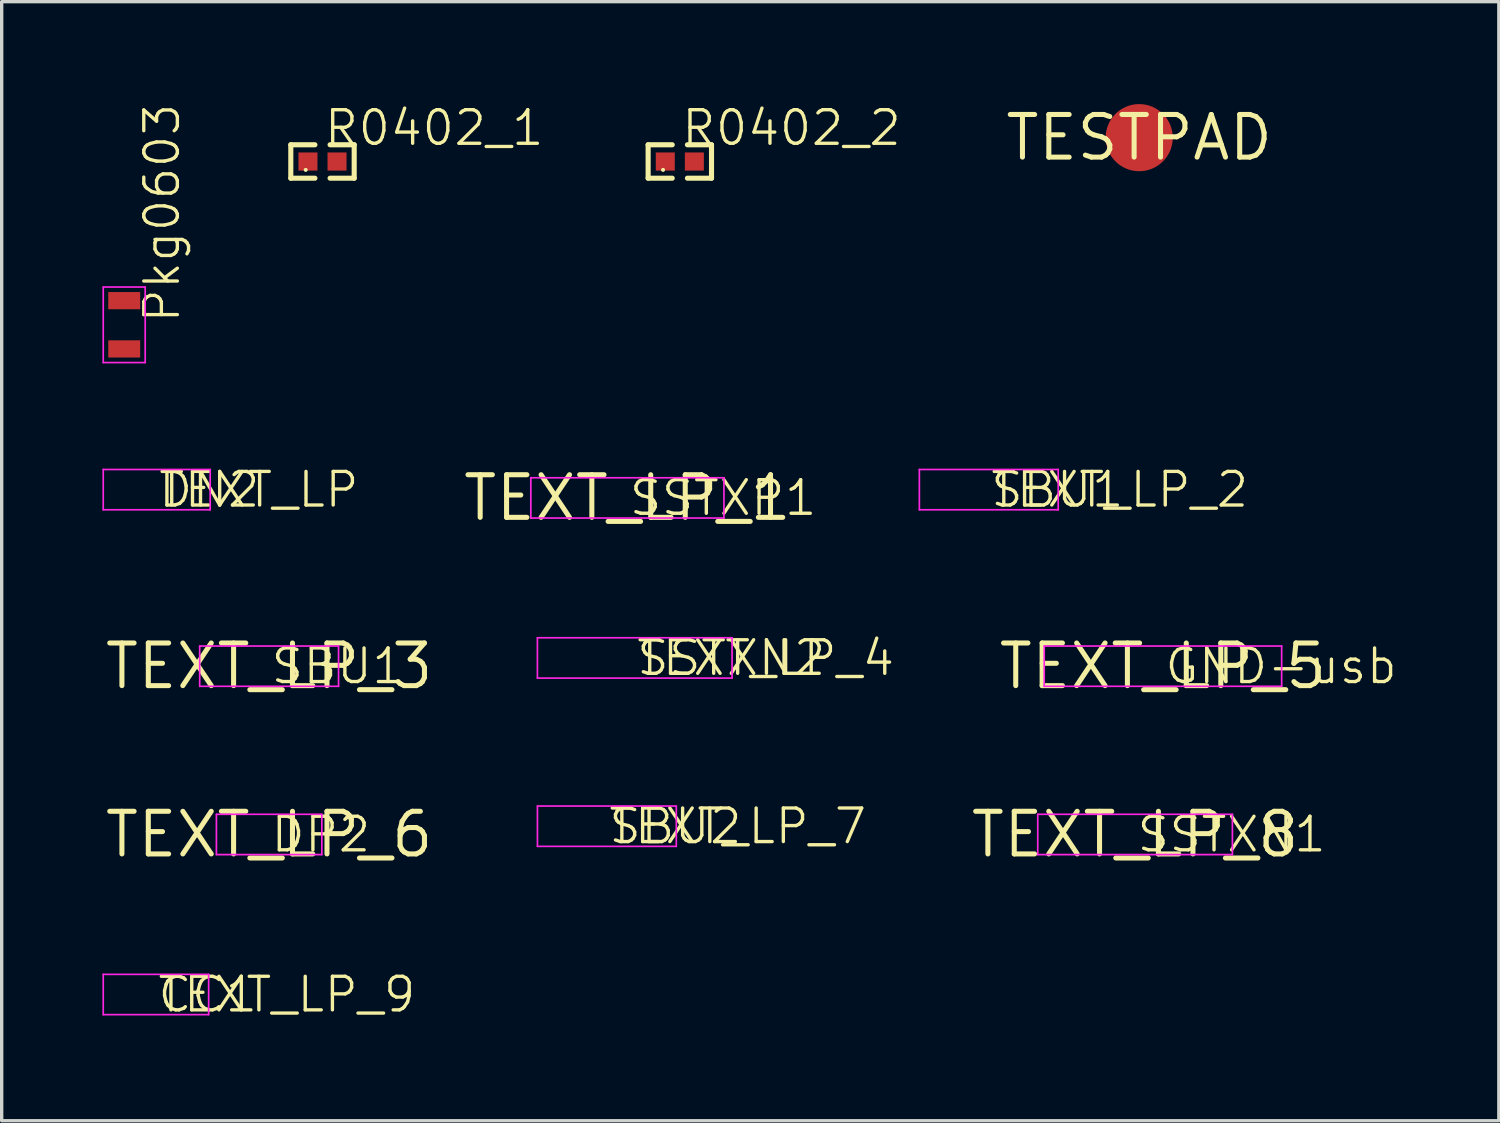
<source format=kicad_pcb>
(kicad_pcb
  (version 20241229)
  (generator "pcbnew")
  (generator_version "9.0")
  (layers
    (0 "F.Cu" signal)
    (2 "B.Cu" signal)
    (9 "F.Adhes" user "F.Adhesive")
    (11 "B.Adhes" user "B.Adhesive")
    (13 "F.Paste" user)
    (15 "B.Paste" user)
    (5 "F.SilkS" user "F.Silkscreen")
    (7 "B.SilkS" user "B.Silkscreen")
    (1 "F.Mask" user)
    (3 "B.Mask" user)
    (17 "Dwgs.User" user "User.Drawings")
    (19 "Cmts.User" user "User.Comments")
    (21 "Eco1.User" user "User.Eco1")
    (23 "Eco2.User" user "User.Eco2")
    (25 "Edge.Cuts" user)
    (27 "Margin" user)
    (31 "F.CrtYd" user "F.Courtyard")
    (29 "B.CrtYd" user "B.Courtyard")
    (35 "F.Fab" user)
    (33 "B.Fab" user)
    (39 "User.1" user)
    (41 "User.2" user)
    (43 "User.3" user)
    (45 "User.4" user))
  (footprint "R0402_1"
    (layer "F.Cu")
    (at 6.556 1.76)
    (property "Reference" "R0402_1" (at 0 -1 0) (layer "F.SilkS") (effects (font (size 1 1) (thickness 0.1)) (justify left)))
    (fp_line (start -0.944 -0.498) (end -0.226 -0.498) (stroke (width 0.152) (type solid)) (layer "F.SilkS"))
    (fp_line (start -0.944 0.498) (end -0.944 -0.498) (stroke (width 0.152) (type solid)) (layer "F.SilkS"))
    (fp_line (start -0.226 0.498) (end -0.944 0.498) (stroke (width 0.152) (type solid)) (layer "F.SilkS"))
    (fp_line (start 0.226 0.498) (end 0.944 0.498) (stroke (width 0.152) (type solid)) (layer "F.SilkS"))
    (fp_line (start 0.944 -0.498) (end 0.226 -0.498) (stroke (width 0.152) (type solid)) (layer "F.SilkS"))
    (fp_line (start 0.944 0.498) (end 0.944 -0.498) (stroke (width 0.152) (type solid)) (layer "F.SilkS"))
    (fp_arc (start -0.47 0.2505) (mid -0.53 0.2505) (end -0.47 0.2505) (stroke (width 0.06) (type solid)) (layer "F.SilkS"))
    (pad "1" smd rect (at -0.433 0.001) (size 0.566 0.54) (layers "F.Cu"))
    (pad "2" smd rect (at 0.433 0.001) (size 0.566 0.54) (layers "F.Cu")))
  (footprint "TEXT_LP_3"
    (layer "F.Cu")
    (at 4.966 16.792)
    (property "Reference" "TEXT_LP_3" (at 0 0 0) (layer "F.SilkS") (effects (font (size 1.27 1.27) (thickness 0.15))))
    (fp_line (start -2.068 -0.6) (end -2.068 0.6) (stroke (width 0.05) (type solid)) (layer "F.CrtYd"))
    (fp_line (start -2.068 0.6) (end 2.068 0.6) (stroke (width 0.05) (type solid)) (layer "F.CrtYd"))
    (fp_line (start 2.068 -0.6) (end -2.068 -0.6) (stroke (width 0.05) (type solid)) (layer "F.CrtYd"))
    (fp_line (start 2.068 0.6) (end 2.068 -0.6) (stroke (width 0.05) (type solid)) (layer "F.CrtYd"))
    (fp_text user "SBU1" (at 0 0 0) (layer "F.SilkS") (effects (font (size 1 1) (thickness 0.1)) (justify left))))
  (footprint "R0402_2"
    (layer "F.Cu")
    (at 17.199 1.76)
    (property "Reference" "R0402_2" (at 0 -1 0) (layer "F.SilkS") (effects (font (size 1 1) (thickness 0.1)) (justify left)))
    (fp_line (start -0.944 -0.498) (end -0.226 -0.498) (stroke (width 0.152) (type solid)) (layer "F.SilkS"))
    (fp_line (start -0.944 0.498) (end -0.944 -0.498) (stroke (width 0.152) (type solid)) (layer "F.SilkS"))
    (fp_line (start -0.226 0.498) (end -0.944 0.498) (stroke (width 0.152) (type solid)) (layer "F.SilkS"))
    (fp_line (start 0.226 0.498) (end 0.944 0.498) (stroke (width 0.152) (type solid)) (layer "F.SilkS"))
    (fp_line (start 0.944 -0.498) (end 0.226 -0.498) (stroke (width 0.152) (type solid)) (layer "F.SilkS"))
    (fp_line (start 0.944 0.498) (end 0.944 -0.498) (stroke (width 0.152) (type solid)) (layer "F.SilkS"))
    (fp_arc (start -0.47 0.2505) (mid -0.53 0.2505) (end -0.47 0.2505) (stroke (width 0.06) (type solid)) (layer "F.SilkS"))
    (pad "1" smd rect (at -0.433 0.001) (size 0.566 0.54) (layers "F.Cu"))
    (pad "2" smd rect (at 0.433 0.001) (size 0.566 0.54) (layers "F.Cu")))
  (footprint "TEXT_LP_9"
    (layer "F.Cu")
    (at 1.595 26.572)
    (property "Reference" "TEXT_LP_9" (at 0 0 0) (layer "F.SilkS") (effects (font (size 1 1) (thickness 0.1)) (justify left)))
    (fp_line (start -1.57 -0.6) (end -1.57 0.6) (stroke (width 0.05) (type solid)) (layer "F.CrtYd"))
    (fp_line (start -1.57 0.6) (end 1.57 0.6) (stroke (width 0.05) (type solid)) (layer "F.CrtYd"))
    (fp_line (start 1.57 -0.6) (end -1.57 -0.6) (stroke (width 0.05) (type solid)) (layer "F.CrtYd"))
    (fp_line (start 1.57 0.6) (end 1.57 -0.6) (stroke (width 0.05) (type solid)) (layer "F.CrtYd"))
    (fp_text user "CC1" (at 0 0 0) (layer "F.SilkS") (effects (font (size 1 1) (thickness 0.1)) (justify left))))
  (footprint "TEXT_LP"
    (layer "F.Cu")
    (at 1.618 11.534)
    (property "Reference" "TEXT_LP" (at 0 0 0) (layer "F.SilkS") (effects (font (size 1 1) (thickness 0.1)) (justify left)))
    (fp_line (start -1.593 -0.6) (end -1.593 0.6) (stroke (width 0.05) (type solid)) (layer "F.CrtYd"))
    (fp_line (start -1.593 0.6) (end 1.593 0.6) (stroke (width 0.05) (type solid)) (layer "F.CrtYd"))
    (fp_line (start 1.593 -0.6) (end -1.593 -0.6) (stroke (width 0.05) (type solid)) (layer "F.CrtYd"))
    (fp_line (start 1.593 0.6) (end 1.593 -0.6) (stroke (width 0.05) (type solid)) (layer "F.CrtYd"))
    (fp_text user "DN2" (at 0 0 0) (layer "F.SilkS") (effects (font (size 1 1) (thickness 0.1)) (justify left))))
  (footprint "TEXT_LP_1"
    (layer "F.Cu")
    (at 15.637 11.78)
    (property "Reference" "TEXT_LP_1" (at 0 0 0) (layer "F.SilkS") (effects (font (size 1.27 1.27) (thickness 0.15))))
    (fp_line (start -2.876 -0.6) (end -2.876 0.6) (stroke (width 0.05) (type solid)) (layer "F.CrtYd"))
    (fp_line (start -2.876 0.6) (end 2.876 0.6) (stroke (width 0.05) (type solid)) (layer "F.CrtYd"))
    (fp_line (start 2.876 -0.6) (end -2.876 -0.6) (stroke (width 0.05) (type solid)) (layer "F.CrtYd"))
    (fp_line (start 2.876 0.6) (end 2.876 -0.6) (stroke (width 0.05) (type solid)) (layer "F.CrtYd"))
    (fp_text user "SSTXP1" (at 0 0 0) (layer "F.SilkS") (effects (font (size 1 1) (thickness 0.1)) (justify left))))
  (footprint "Pkg0603"
    (layer "F.Cu")
    (at 0.65 6.624)
    (property "Reference" "Pkg0603" (at 1.125 0 90) (layer "F.SilkS") (effects (font (size 1 1) (thickness 0.1)) (justify left)))
    (fp_poly (pts (xy -0.525 -0.413) (xy 0.525 -0.413) (xy 0.525 -1.025) (xy -0.525 -1.025)) (stroke (width 0) (type solid)) (fill yes) (layer "F.Mask"))
    (fp_poly (pts (xy -0.525 1.025) (xy 0.525 1.025) (xy 0.525 0.413) (xy -0.525 0.413)) (stroke (width 0) (type solid)) (fill yes) (layer "F.Mask"))
    (fp_line (start -0.625 -1.125) (end -0.625 1.125) (stroke (width 0.05) (type solid)) (layer "F.CrtYd"))
    (fp_line (start -0.625 1.125) (end 0.625 1.125) (stroke (width 0.05) (type solid)) (layer "F.CrtYd"))
    (fp_line (start 0.625 -1.125) (end -0.625 -1.125) (stroke (width 0.05) (type solid)) (layer "F.CrtYd"))
    (fp_line (start 0.625 1.125) (end 0.625 -1.125) (stroke (width 0.05) (type solid)) (layer "F.CrtYd"))
    (pad "1" smd rect (at 0 -0.719) (size 0.95 0.512) (layers "F.Cu" "F.Paste"))
    (pad "2" smd rect (at 0 0.719) (size 0.95 0.512) (layers "F.Cu" "F.Paste")))
  (footprint "TEXT_LP_2"
    (layer "F.Cu")
    (at 26.402 11.534)
    (property "Reference" "TEXT_LP_2" (at 0 0 0) (layer "F.SilkS") (effects (font (size 1 1) (thickness 0.1)) (justify left)))
    (fp_line (start -2.068 -0.6) (end -2.068 0.6) (stroke (width 0.05) (type solid)) (layer "F.CrtYd"))
    (fp_line (start -2.068 0.6) (end 2.068 0.6) (stroke (width 0.05) (type solid)) (layer "F.CrtYd"))
    (fp_line (start 2.068 -0.6) (end -2.068 -0.6) (stroke (width 0.05) (type solid)) (layer "F.CrtYd"))
    (fp_line (start 2.068 0.6) (end 2.068 -0.6) (stroke (width 0.05) (type solid)) (layer "F.CrtYd"))
    (fp_text user "SBU1" (at 0 0 0) (layer "F.SilkS") (effects (font (size 1 1) (thickness 0.1)) (justify left))))
  (footprint "TEXT_LP_7"
    (layer "F.Cu")
    (at 15.026 21.559)
    (property "Reference" "TEXT_LP_7" (at 0 0 0) (layer "F.SilkS") (effects (font (size 1 1) (thickness 0.1)) (justify left)))
    (fp_line (start -2.068 -0.6) (end -2.068 0.6) (stroke (width 0.05) (type solid)) (layer "F.CrtYd"))
    (fp_line (start -2.068 0.6) (end 2.068 0.6) (stroke (width 0.05) (type solid)) (layer "F.CrtYd"))
    (fp_line (start 2.068 -0.6) (end -2.068 -0.6) (stroke (width 0.05) (type solid)) (layer "F.CrtYd"))
    (fp_line (start 2.068 0.6) (end 2.068 -0.6) (stroke (width 0.05) (type solid)) (layer "F.CrtYd"))
    (fp_text user "SBU2" (at 0 0 0) (layer "F.SilkS") (effects (font (size 1 1) (thickness 0.1)) (justify left))))
  (footprint "TEXT_LP_6"
    (layer "F.Cu")
    (at 4.966 21.805)
    (property "Reference" "TEXT_LP_6" (at 0 0 0) (layer "F.SilkS") (effects (font (size 1.27 1.27) (thickness 0.15))))
    (fp_line (start -1.57 -0.6) (end -1.57 0.6) (stroke (width 0.05) (type solid)) (layer "F.CrtYd"))
    (fp_line (start -1.57 0.6) (end 1.57 0.6) (stroke (width 0.05) (type solid)) (layer "F.CrtYd"))
    (fp_line (start 1.57 -0.6) (end -1.57 -0.6) (stroke (width 0.05) (type solid)) (layer "F.CrtYd"))
    (fp_line (start 1.57 0.6) (end 1.57 -0.6) (stroke (width 0.05) (type solid)) (layer "F.CrtYd"))
    (fp_text user "DP2" (at 0 0 0) (layer "F.SilkS") (effects (font (size 1 1) (thickness 0.1)) (justify left))))
  (footprint "TEXT_LP_8"
    (layer "F.Cu")
    (at 30.759 21.805)
    (property "Reference" "TEXT_LP_8" (at 0 0 0) (layer "F.SilkS") (effects (font (size 1.27 1.27) (thickness 0.15))))
    (fp_line (start -2.899 -0.6) (end -2.899 0.6) (stroke (width 0.05) (type solid)) (layer "F.CrtYd"))
    (fp_line (start -2.899 0.6) (end 2.899 0.6) (stroke (width 0.05) (type solid)) (layer "F.CrtYd"))
    (fp_line (start 2.899 -0.6) (end -2.899 -0.6) (stroke (width 0.05) (type solid)) (layer "F.CrtYd"))
    (fp_line (start 2.899 0.6) (end 2.899 -0.6) (stroke (width 0.05) (type solid)) (layer "F.CrtYd"))
    (fp_text user "SSTXN1" (at 0 0 0) (layer "F.SilkS") (effects (font (size 1 1) (thickness 0.1)) (justify left))))
  (footprint "TEXT_LP_5"
    (layer "F.Cu")
    (at 31.589 16.792)
    (property "Reference" "TEXT_LP_5" (at 0 0 0) (layer "F.SilkS") (effects (font (size 1.27 1.27) (thickness 0.15))))
    (fp_line (start -3.536 -0.6) (end -3.536 0.6) (stroke (width 0.05) (type solid)) (layer "F.CrtYd"))
    (fp_line (start -3.536 0.6) (end 3.536 0.6) (stroke (width 0.05) (type solid)) (layer "F.CrtYd"))
    (fp_line (start 3.536 -0.6) (end -3.536 -0.6) (stroke (width 0.05) (type solid)) (layer "F.CrtYd"))
    (fp_line (start 3.536 0.6) (end 3.536 -0.6) (stroke (width 0.05) (type solid)) (layer "F.CrtYd"))
    (fp_text user "GND-usb" (at 0 0 0) (layer "F.SilkS") (effects (font (size 1 1) (thickness 0.1)) (justify left))))
  (footprint "TEXT_LP_4"
    (layer "F.Cu")
    (at 15.856 16.547)
    (property "Reference" "TEXT_LP_4" (at 0 0 0) (layer "F.SilkS") (effects (font (size 1 1) (thickness 0.1)) (justify left)))
    (fp_line (start -2.899 -0.6) (end -2.899 0.6) (stroke (width 0.05) (type solid)) (layer "F.CrtYd"))
    (fp_line (start -2.899 0.6) (end 2.899 0.6) (stroke (width 0.05) (type solid)) (layer "F.CrtYd"))
    (fp_line (start 2.899 -0.6) (end -2.899 -0.6) (stroke (width 0.05) (type solid)) (layer "F.CrtYd"))
    (fp_line (start 2.899 0.6) (end 2.899 -0.6) (stroke (width 0.05) (type solid)) (layer "F.CrtYd"))
    (fp_text user "SSTXN2" (at 0 0 0) (layer "F.SilkS") (effects (font (size 1 1) (thickness 0.1)) (justify left))))
  (footprint "TESTPAD"
    (layer "F.Cu")
    (at 30.882 1.05)
    (property "Reference" "TESTPAD" (at 0 0 0) (layer "F.SilkS") (effects (font (size 1.27 1.27) (thickness 0.15))))
    (fp_poly (pts (xy 1.05 0) (xy 1.03 -0.205) (xy 0.97 -0.402) (xy 0.873 -0.583) (xy 0.742 -0.742) (xy 0.583 -0.873) (xy 0.402 -0.97) (xy 0.205 -1.03) (xy 0 -1.05) (xy -0.205 -1.03) (xy -0.402 -0.97) (xy -0.583 -0.873) (xy -0.742 -0.742) (xy -0.873 -0.583) (xy -0.97 -0.402) (xy -1.03 -0.205) (xy -1.05 0) (xy -1.03 0.205) (xy -0.97 0.402) (xy -0.873 0.583) (xy -0.742 0.742) (xy -0.583 0.873) (xy -0.402 0.97) (xy -0.205 1.03) (xy 0 1.05) (xy 0.205 1.03) (xy 0.402 0.97) (xy 0.583 0.873) (xy 0.742 0.742) (xy 0.873 0.583) (xy 0.97 0.402) (xy 1.03 0.205)) (stroke (width 0) (type solid)) (fill yes) (layer "F.Mask"))
    (pad "tp" smd circle (at 0 0) (size 2 2) (layers "F.Cu")))
  (gr_rect
    (start -3 -3)
    (end 41.594 30.332)
    (stroke (width 0.1) (type default))
    (fill no)
    (layer "Edge.Cuts")))
</source>
